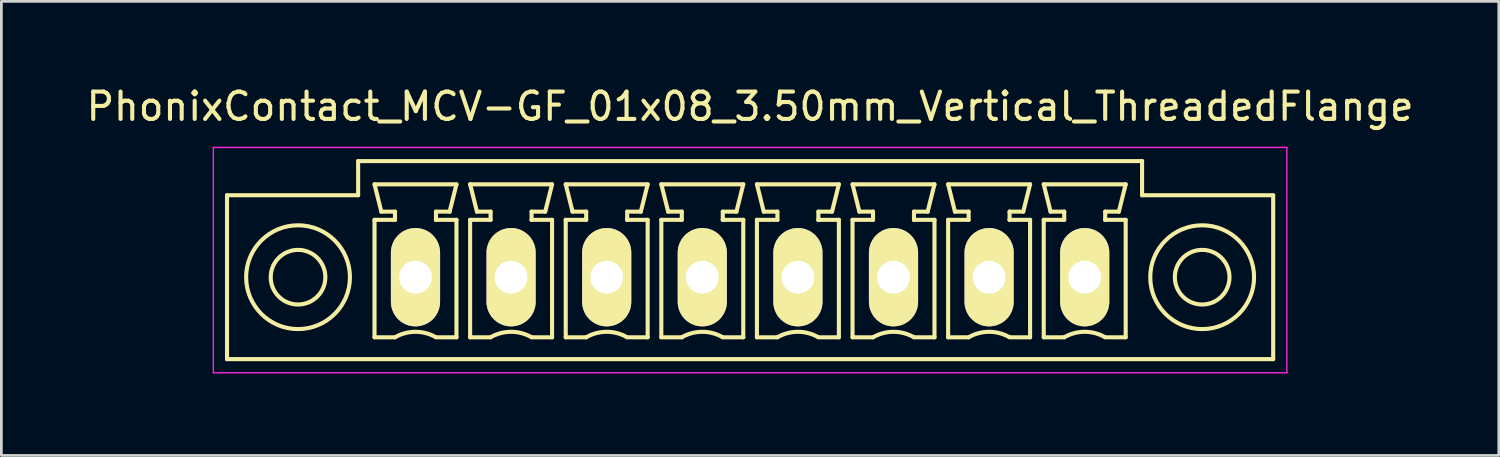
<source format=kicad_pcb>
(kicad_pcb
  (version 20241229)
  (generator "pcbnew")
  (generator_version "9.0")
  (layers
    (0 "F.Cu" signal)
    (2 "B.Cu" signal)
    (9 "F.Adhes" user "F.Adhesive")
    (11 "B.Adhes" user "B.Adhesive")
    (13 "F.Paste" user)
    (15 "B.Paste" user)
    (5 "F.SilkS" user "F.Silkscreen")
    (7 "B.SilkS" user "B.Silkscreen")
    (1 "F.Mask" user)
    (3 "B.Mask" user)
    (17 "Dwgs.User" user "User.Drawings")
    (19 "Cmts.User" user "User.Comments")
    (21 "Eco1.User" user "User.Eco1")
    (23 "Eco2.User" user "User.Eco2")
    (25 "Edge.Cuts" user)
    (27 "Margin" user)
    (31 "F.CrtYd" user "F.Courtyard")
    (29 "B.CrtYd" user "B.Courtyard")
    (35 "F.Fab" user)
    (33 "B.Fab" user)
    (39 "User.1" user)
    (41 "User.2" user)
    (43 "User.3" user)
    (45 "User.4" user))
  (footprint "PhonixContact_MCV-GF_01x08_3.50mm_Vertical_ThreadedFlange"
    (layer "F.Cu")
    (at 12.161 7.098)
    (property "Reference" "PhonixContact_MCV-GF_01x08_3.50mm_Vertical_ThreadedFlange" (at 12.25 -6.25 0) (layer "F.SilkS") (effects (font (size 1 1) (thickness 0.15))))
    (attr through_hole)
    (fp_line (start -6.9 -3) (end -6.9 3) (stroke (width 0.15) (type solid)) (layer "F.SilkS"))
    (fp_line (start -6.9 3) (end 31.4 3) (stroke (width 0.15) (type solid)) (layer "F.SilkS"))
    (fp_line (start -2.1 -4.25) (end -2.1 -3) (stroke (width 0.15) (type solid)) (layer "F.SilkS"))
    (fp_line (start -2.1 -3) (end -6.9 -3) (stroke (width 0.15) (type solid)) (layer "F.SilkS"))
    (fp_line (start -1.5 -3.4) (end 1.5 -3.4) (stroke (width 0.15) (type solid)) (layer "F.SilkS"))
    (fp_line (start -1.5 -2.1) (end -0.75 -2.1) (stroke (width 0.15) (type solid)) (layer "F.SilkS"))
    (fp_line (start -1.5 2.2) (end -1.5 -2.1) (stroke (width 0.15) (type solid)) (layer "F.SilkS"))
    (fp_line (start -1.25 -2.4) (end -1.5 -3.4) (stroke (width 0.15) (type solid)) (layer "F.SilkS"))
    (fp_line (start -0.75 -2.4) (end -1.25 -2.4) (stroke (width 0.15) (type solid)) (layer "F.SilkS"))
    (fp_line (start -0.75 -2.1) (end -0.75 -2.4) (stroke (width 0.15) (type solid)) (layer "F.SilkS"))
    (fp_line (start -0.75 2.2) (end -1.5 2.2) (stroke (width 0.15) (type solid)) (layer "F.SilkS"))
    (fp_line (start 0.75 -2.4) (end 0.75 -2.1) (stroke (width 0.15) (type solid)) (layer "F.SilkS"))
    (fp_line (start 0.75 -2.1) (end 0.75 -2.1) (stroke (width 0.15) (type solid)) (layer "F.SilkS"))
    (fp_line (start 0.75 -2.1) (end 1.5 -2.1) (stroke (width 0.15) (type solid)) (layer "F.SilkS"))
    (fp_line (start 1.25 -2.4) (end 0.75 -2.4) (stroke (width 0.15) (type solid)) (layer "F.SilkS"))
    (fp_line (start 1.5 -3.4) (end 1.25 -2.4) (stroke (width 0.15) (type solid)) (layer "F.SilkS"))
    (fp_line (start 1.5 -2.1) (end 1.5 2.2) (stroke (width 0.15) (type solid)) (layer "F.SilkS"))
    (fp_line (start 1.5 2.2) (end 0.75 2.2) (stroke (width 0.15) (type solid)) (layer "F.SilkS"))
    (fp_line (start 2 -3.4) (end 5 -3.4) (stroke (width 0.15) (type solid)) (layer "F.SilkS"))
    (fp_line (start 2 -2.1) (end 2.75 -2.1) (stroke (width 0.15) (type solid)) (layer "F.SilkS"))
    (fp_line (start 2 2.2) (end 2 -2.1) (stroke (width 0.15) (type solid)) (layer "F.SilkS"))
    (fp_line (start 2.25 -2.4) (end 2 -3.4) (stroke (width 0.15) (type solid)) (layer "F.SilkS"))
    (fp_line (start 2.75 -2.4) (end 2.25 -2.4) (stroke (width 0.15) (type solid)) (layer "F.SilkS"))
    (fp_line (start 2.75 -2.1) (end 2.75 -2.4) (stroke (width 0.15) (type solid)) (layer "F.SilkS"))
    (fp_line (start 2.75 2.2) (end 2 2.2) (stroke (width 0.15) (type solid)) (layer "F.SilkS"))
    (fp_line (start 4.25 -2.4) (end 4.25 -2.1) (stroke (width 0.15) (type solid)) (layer "F.SilkS"))
    (fp_line (start 4.25 -2.1) (end 4.25 -2.1) (stroke (width 0.15) (type solid)) (layer "F.SilkS"))
    (fp_line (start 4.25 -2.1) (end 5 -2.1) (stroke (width 0.15) (type solid)) (layer "F.SilkS"))
    (fp_line (start 4.75 -2.4) (end 4.25 -2.4) (stroke (width 0.15) (type solid)) (layer "F.SilkS"))
    (fp_line (start 5 -3.4) (end 4.75 -2.4) (stroke (width 0.15) (type solid)) (layer "F.SilkS"))
    (fp_line (start 5 -2.1) (end 5 2.2) (stroke (width 0.15) (type solid)) (layer "F.SilkS"))
    (fp_line (start 5 2.2) (end 4.25 2.2) (stroke (width 0.15) (type solid)) (layer "F.SilkS"))
    (fp_line (start 5.5 -3.4) (end 8.5 -3.4) (stroke (width 0.15) (type solid)) (layer "F.SilkS"))
    (fp_line (start 5.5 -2.1) (end 6.25 -2.1) (stroke (width 0.15) (type solid)) (layer "F.SilkS"))
    (fp_line (start 5.5 2.2) (end 5.5 -2.1) (stroke (width 0.15) (type solid)) (layer "F.SilkS"))
    (fp_line (start 5.75 -2.4) (end 5.5 -3.4) (stroke (width 0.15) (type solid)) (layer "F.SilkS"))
    (fp_line (start 6.25 -2.4) (end 5.75 -2.4) (stroke (width 0.15) (type solid)) (layer "F.SilkS"))
    (fp_line (start 6.25 -2.1) (end 6.25 -2.4) (stroke (width 0.15) (type solid)) (layer "F.SilkS"))
    (fp_line (start 6.25 2.2) (end 5.5 2.2) (stroke (width 0.15) (type solid)) (layer "F.SilkS"))
    (fp_line (start 7.75 -2.4) (end 7.75 -2.1) (stroke (width 0.15) (type solid)) (layer "F.SilkS"))
    (fp_line (start 7.75 -2.1) (end 7.75 -2.1) (stroke (width 0.15) (type solid)) (layer "F.SilkS"))
    (fp_line (start 7.75 -2.1) (end 8.5 -2.1) (stroke (width 0.15) (type solid)) (layer "F.SilkS"))
    (fp_line (start 8.25 -2.4) (end 7.75 -2.4) (stroke (width 0.15) (type solid)) (layer "F.SilkS"))
    (fp_line (start 8.5 -3.4) (end 8.25 -2.4) (stroke (width 0.15) (type solid)) (layer "F.SilkS"))
    (fp_line (start 8.5 -2.1) (end 8.5 2.2) (stroke (width 0.15) (type solid)) (layer "F.SilkS"))
    (fp_line (start 8.5 2.2) (end 7.75 2.2) (stroke (width 0.15) (type solid)) (layer "F.SilkS"))
    (fp_line (start 9 -3.4) (end 12 -3.4) (stroke (width 0.15) (type solid)) (layer "F.SilkS"))
    (fp_line (start 9 -2.1) (end 9.75 -2.1) (stroke (width 0.15) (type solid)) (layer "F.SilkS"))
    (fp_line (start 9 2.2) (end 9 -2.1) (stroke (width 0.15) (type solid)) (layer "F.SilkS"))
    (fp_line (start 9.25 -2.4) (end 9 -3.4) (stroke (width 0.15) (type solid)) (layer "F.SilkS"))
    (fp_line (start 9.75 -2.4) (end 9.25 -2.4) (stroke (width 0.15) (type solid)) (layer "F.SilkS"))
    (fp_line (start 9.75 -2.1) (end 9.75 -2.4) (stroke (width 0.15) (type solid)) (layer "F.SilkS"))
    (fp_line (start 9.75 2.2) (end 9 2.2) (stroke (width 0.15) (type solid)) (layer "F.SilkS"))
    (fp_line (start 11.25 -2.4) (end 11.25 -2.1) (stroke (width 0.15) (type solid)) (layer "F.SilkS"))
    (fp_line (start 11.25 -2.1) (end 11.25 -2.1) (stroke (width 0.15) (type solid)) (layer "F.SilkS"))
    (fp_line (start 11.25 -2.1) (end 12 -2.1) (stroke (width 0.15) (type solid)) (layer "F.SilkS"))
    (fp_line (start 11.75 -2.4) (end 11.25 -2.4) (stroke (width 0.15) (type solid)) (layer "F.SilkS"))
    (fp_line (start 12 -3.4) (end 11.75 -2.4) (stroke (width 0.15) (type solid)) (layer "F.SilkS"))
    (fp_line (start 12 -2.1) (end 12 2.2) (stroke (width 0.15) (type solid)) (layer "F.SilkS"))
    (fp_line (start 12 2.2) (end 11.25 2.2) (stroke (width 0.15) (type solid)) (layer "F.SilkS"))
    (fp_line (start 12.5 -3.4) (end 15.5 -3.4) (stroke (width 0.15) (type solid)) (layer "F.SilkS"))
    (fp_line (start 12.5 -2.1) (end 13.25 -2.1) (stroke (width 0.15) (type solid)) (layer "F.SilkS"))
    (fp_line (start 12.5 2.2) (end 12.5 -2.1) (stroke (width 0.15) (type solid)) (layer "F.SilkS"))
    (fp_line (start 12.75 -2.4) (end 12.5 -3.4) (stroke (width 0.15) (type solid)) (layer "F.SilkS"))
    (fp_line (start 13.25 -2.4) (end 12.75 -2.4) (stroke (width 0.15) (type solid)) (layer "F.SilkS"))
    (fp_line (start 13.25 -2.1) (end 13.25 -2.4) (stroke (width 0.15) (type solid)) (layer "F.SilkS"))
    (fp_line (start 13.25 2.2) (end 12.5 2.2) (stroke (width 0.15) (type solid)) (layer "F.SilkS"))
    (fp_line (start 14.75 -2.4) (end 14.75 -2.1) (stroke (width 0.15) (type solid)) (layer "F.SilkS"))
    (fp_line (start 14.75 -2.1) (end 14.75 -2.1) (stroke (width 0.15) (type solid)) (layer "F.SilkS"))
    (fp_line (start 14.75 -2.1) (end 15.5 -2.1) (stroke (width 0.15) (type solid)) (layer "F.SilkS"))
    (fp_line (start 15.25 -2.4) (end 14.75 -2.4) (stroke (width 0.15) (type solid)) (layer "F.SilkS"))
    (fp_line (start 15.5 -3.4) (end 15.25 -2.4) (stroke (width 0.15) (type solid)) (layer "F.SilkS"))
    (fp_line (start 15.5 -2.1) (end 15.5 2.2) (stroke (width 0.15) (type solid)) (layer "F.SilkS"))
    (fp_line (start 15.5 2.2) (end 14.75 2.2) (stroke (width 0.15) (type solid)) (layer "F.SilkS"))
    (fp_line (start 16 -3.4) (end 19 -3.4) (stroke (width 0.15) (type solid)) (layer "F.SilkS"))
    (fp_line (start 16 -2.1) (end 16.75 -2.1) (stroke (width 0.15) (type solid)) (layer "F.SilkS"))
    (fp_line (start 16 2.2) (end 16 -2.1) (stroke (width 0.15) (type solid)) (layer "F.SilkS"))
    (fp_line (start 16.25 -2.4) (end 16 -3.4) (stroke (width 0.15) (type solid)) (layer "F.SilkS"))
    (fp_line (start 16.75 -2.4) (end 16.25 -2.4) (stroke (width 0.15) (type solid)) (layer "F.SilkS"))
    (fp_line (start 16.75 -2.1) (end 16.75 -2.4) (stroke (width 0.15) (type solid)) (layer "F.SilkS"))
    (fp_line (start 16.75 2.2) (end 16 2.2) (stroke (width 0.15) (type solid)) (layer "F.SilkS"))
    (fp_line (start 18.25 -2.4) (end 18.25 -2.1) (stroke (width 0.15) (type solid)) (layer "F.SilkS"))
    (fp_line (start 18.25 -2.1) (end 18.25 -2.1) (stroke (width 0.15) (type solid)) (layer "F.SilkS"))
    (fp_line (start 18.25 -2.1) (end 19 -2.1) (stroke (width 0.15) (type solid)) (layer "F.SilkS"))
    (fp_line (start 18.75 -2.4) (end 18.25 -2.4) (stroke (width 0.15) (type solid)) (layer "F.SilkS"))
    (fp_line (start 19 -3.4) (end 18.75 -2.4) (stroke (width 0.15) (type solid)) (layer "F.SilkS"))
    (fp_line (start 19 -2.1) (end 19 2.2) (stroke (width 0.15) (type solid)) (layer "F.SilkS"))
    (fp_line (start 19 2.2) (end 18.25 2.2) (stroke (width 0.15) (type solid)) (layer "F.SilkS"))
    (fp_line (start 19.5 -3.4) (end 22.5 -3.4) (stroke (width 0.15) (type solid)) (layer "F.SilkS"))
    (fp_line (start 19.5 -2.1) (end 20.25 -2.1) (stroke (width 0.15) (type solid)) (layer "F.SilkS"))
    (fp_line (start 19.5 2.2) (end 19.5 -2.1) (stroke (width 0.15) (type solid)) (layer "F.SilkS"))
    (fp_line (start 19.75 -2.4) (end 19.5 -3.4) (stroke (width 0.15) (type solid)) (layer "F.SilkS"))
    (fp_line (start 20.25 -2.4) (end 19.75 -2.4) (stroke (width 0.15) (type solid)) (layer "F.SilkS"))
    (fp_line (start 20.25 -2.1) (end 20.25 -2.4) (stroke (width 0.15) (type solid)) (layer "F.SilkS"))
    (fp_line (start 20.25 2.2) (end 19.5 2.2) (stroke (width 0.15) (type solid)) (layer "F.SilkS"))
    (fp_line (start 21.75 -2.4) (end 21.75 -2.1) (stroke (width 0.15) (type solid)) (layer "F.SilkS"))
    (fp_line (start 21.75 -2.1) (end 21.75 -2.1) (stroke (width 0.15) (type solid)) (layer "F.SilkS"))
    (fp_line (start 21.75 -2.1) (end 22.5 -2.1) (stroke (width 0.15) (type solid)) (layer "F.SilkS"))
    (fp_line (start 22.25 -2.4) (end 21.75 -2.4) (stroke (width 0.15) (type solid)) (layer "F.SilkS"))
    (fp_line (start 22.5 -3.4) (end 22.25 -2.4) (stroke (width 0.15) (type solid)) (layer "F.SilkS"))
    (fp_line (start 22.5 -2.1) (end 22.5 2.2) (stroke (width 0.15) (type solid)) (layer "F.SilkS"))
    (fp_line (start 22.5 2.2) (end 21.75 2.2) (stroke (width 0.15) (type solid)) (layer "F.SilkS"))
    (fp_line (start 23 -3.4) (end 26 -3.4) (stroke (width 0.15) (type solid)) (layer "F.SilkS"))
    (fp_line (start 23 -2.1) (end 23.75 -2.1) (stroke (width 0.15) (type solid)) (layer "F.SilkS"))
    (fp_line (start 23 2.2) (end 23 -2.1) (stroke (width 0.15) (type solid)) (layer "F.SilkS"))
    (fp_line (start 23.25 -2.4) (end 23 -3.4) (stroke (width 0.15) (type solid)) (layer "F.SilkS"))
    (fp_line (start 23.75 -2.4) (end 23.25 -2.4) (stroke (width 0.15) (type solid)) (layer "F.SilkS"))
    (fp_line (start 23.75 -2.1) (end 23.75 -2.4) (stroke (width 0.15) (type solid)) (layer "F.SilkS"))
    (fp_line (start 23.75 2.2) (end 23 2.2) (stroke (width 0.15) (type solid)) (layer "F.SilkS"))
    (fp_line (start 25.25 -2.4) (end 25.25 -2.1) (stroke (width 0.15) (type solid)) (layer "F.SilkS"))
    (fp_line (start 25.25 -2.1) (end 25.25 -2.1) (stroke (width 0.15) (type solid)) (layer "F.SilkS"))
    (fp_line (start 25.25 -2.1) (end 26 -2.1) (stroke (width 0.15) (type solid)) (layer "F.SilkS"))
    (fp_line (start 25.75 -2.4) (end 25.25 -2.4) (stroke (width 0.15) (type solid)) (layer "F.SilkS"))
    (fp_line (start 26 -3.4) (end 25.75 -2.4) (stroke (width 0.15) (type solid)) (layer "F.SilkS"))
    (fp_line (start 26 -2.1) (end 26 2.2) (stroke (width 0.15) (type solid)) (layer "F.SilkS"))
    (fp_line (start 26 2.2) (end 25.25 2.2) (stroke (width 0.15) (type solid)) (layer "F.SilkS"))
    (fp_line (start 26.6 -4.25) (end -2.1 -4.25) (stroke (width 0.15) (type solid)) (layer "F.SilkS"))
    (fp_line (start 26.6 -3) (end 26.6 -4.25) (stroke (width 0.15) (type solid)) (layer "F.SilkS"))
    (fp_line (start 31.4 -3) (end 26.6 -3) (stroke (width 0.15) (type solid)) (layer "F.SilkS"))
    (fp_line (start 31.4 3) (end 31.4 -3) (stroke (width 0.15) (type solid)) (layer "F.SilkS"))
    (fp_arc (start -0.75 2.2) (mid -0.006068 1.999179) (end 0.739464 2.193978) (stroke (width 0.15) (type solid)) (layer "F.SilkS"))
    (fp_arc (start 2.75 2.2) (mid 3.493932 1.999179) (end 4.239464 2.193978) (stroke (width 0.15) (type solid)) (layer "F.SilkS"))
    (fp_arc (start 6.25 2.2) (mid 6.993932 1.999179) (end 7.739464 2.193978) (stroke (width 0.15) (type solid)) (layer "F.SilkS"))
    (fp_arc (start 9.75 2.2) (mid 10.493932 1.999179) (end 11.239464 2.193978) (stroke (width 0.15) (type solid)) (layer "F.SilkS"))
    (fp_arc (start 13.25 2.2) (mid 13.993932 1.999179) (end 14.739464 2.193978) (stroke (width 0.15) (type solid)) (layer "F.SilkS"))
    (fp_arc (start 16.75 2.2) (mid 17.493932 1.999179) (end 18.239464 2.193978) (stroke (width 0.15) (type solid)) (layer "F.SilkS"))
    (fp_arc (start 20.25 2.2) (mid 20.993932 1.999179) (end 21.739464 2.193978) (stroke (width 0.15) (type solid)) (layer "F.SilkS"))
    (fp_arc (start 23.75 2.2) (mid 24.493932 1.999179) (end 25.239464 2.193978) (stroke (width 0.15) (type solid)) (layer "F.SilkS"))
    (fp_circle (center -4.3 0) (end -3.3 0) (stroke (width 0.15) (type solid)) (fill no) (layer "F.SilkS"))
    (fp_circle (center -4.3 0) (end -2.4 0) (stroke (width 0.15) (type solid)) (fill no) (layer "F.SilkS"))
    (fp_circle (center 28.8 0) (end 29.8 0) (stroke (width 0.15) (type solid)) (fill no) (layer "F.SilkS"))
    (fp_circle (center 28.8 0) (end 30.7 0) (stroke (width 0.15) (type solid)) (fill no) (layer "F.SilkS"))
    (fp_line (start -7.4 -4.75) (end -7.4 3.5) (stroke (width 0.05) (type solid)) (layer "F.CrtYd"))
    (fp_line (start -7.4 3.5) (end 31.9 3.5) (stroke (width 0.05) (type solid)) (layer "F.CrtYd"))
    (fp_line (start 31.9 -4.75) (end -7.4 -4.75) (stroke (width 0.05) (type solid)) (layer "F.CrtYd"))
    (fp_line (start 31.9 3.5) (end 31.9 -4.75) (stroke (width 0.05) (type solid)) (layer "F.CrtYd"))
    (pad "1" thru_hole oval (at 0 0) (size 1.8 3.6) (drill 1.2) (layers "*.Cu" "*.Mask" "F.SilkS"))
    (pad "2" thru_hole oval (at 3.5 0) (size 1.8 3.6) (drill 1.2) (layers "*.Cu" "*.Mask" "F.SilkS"))
    (pad "3" thru_hole oval (at 7 0) (size 1.8 3.6) (drill 1.2) (layers "*.Cu" "*.Mask" "F.SilkS"))
    (pad "4" thru_hole oval (at 10.5 0) (size 1.8 3.6) (drill 1.2) (layers "*.Cu" "*.Mask" "F.SilkS"))
    (pad "5" thru_hole oval (at 14 0) (size 1.8 3.6) (drill 1.2) (layers "*.Cu" "*.Mask" "F.SilkS"))
    (pad "6" thru_hole oval (at 17.5 0) (size 1.8 3.6) (drill 1.2) (layers "*.Cu" "*.Mask" "F.SilkS"))
    (pad "7" thru_hole oval (at 21 0) (size 1.8 3.6) (drill 1.2) (layers "*.Cu" "*.Mask" "F.SilkS"))
    (pad "8" thru_hole oval (at 24.5 0) (size 1.8 3.6) (drill 1.2) (layers "*.Cu" "*.Mask" "F.SilkS")))
  (gr_rect
    (start -3 -3)
    (end 51.821 13.623)
    (stroke (width 0.1) (type default))
    (fill no)
    (layer "Edge.Cuts")))
</source>
